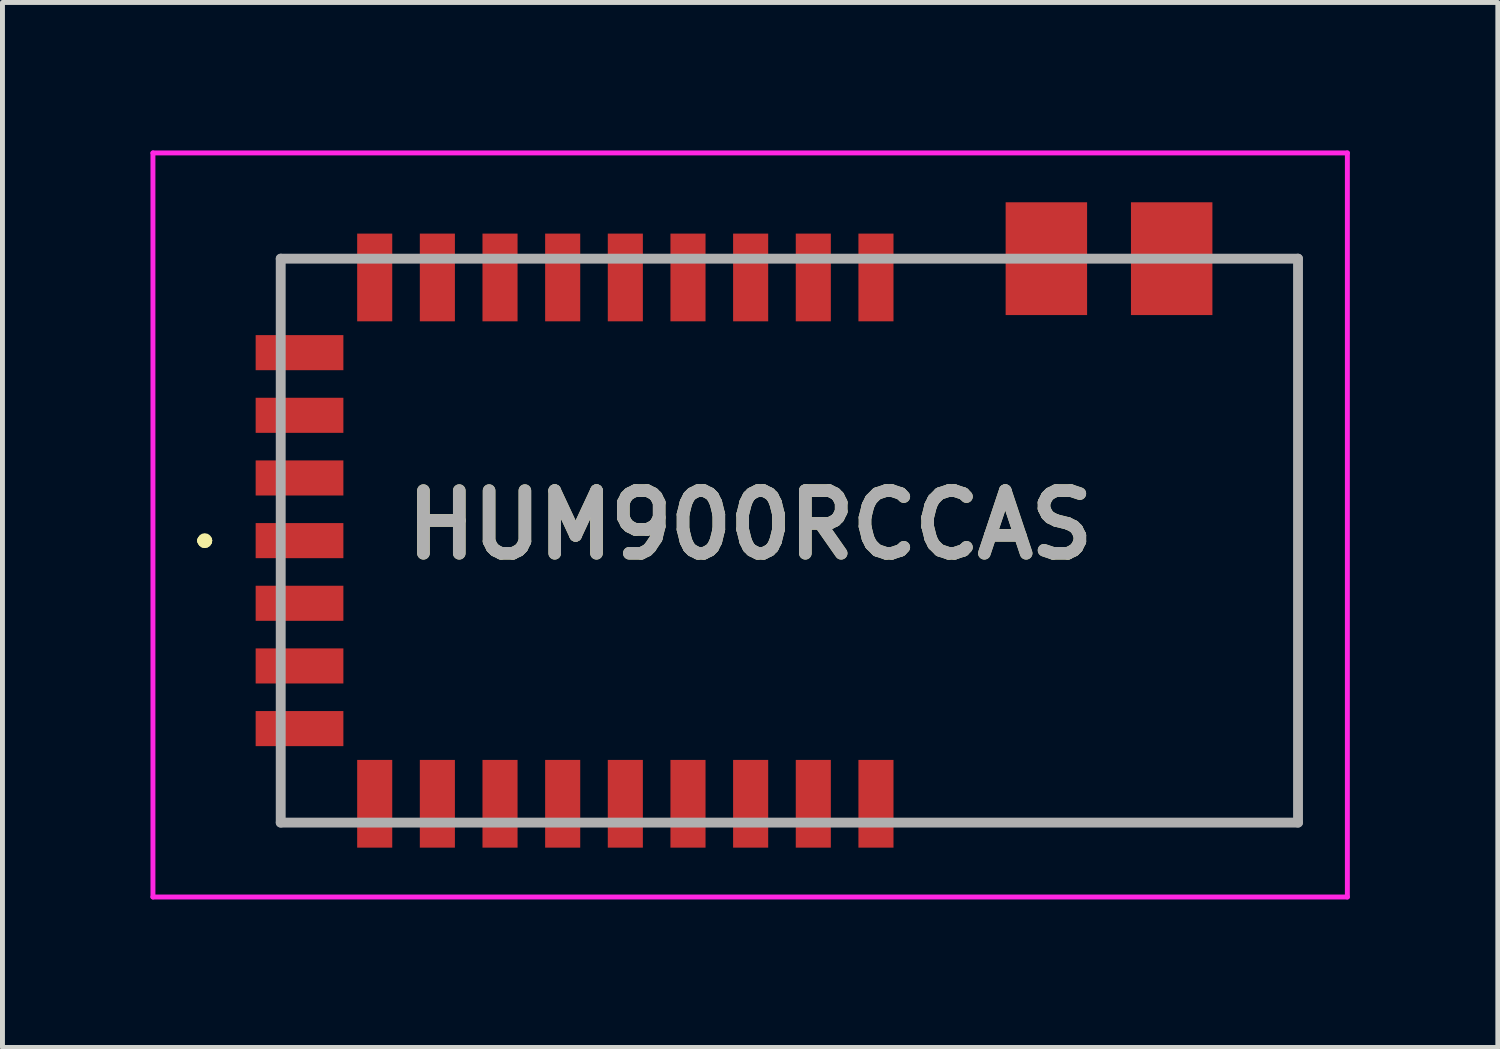
<source format=kicad_pcb>
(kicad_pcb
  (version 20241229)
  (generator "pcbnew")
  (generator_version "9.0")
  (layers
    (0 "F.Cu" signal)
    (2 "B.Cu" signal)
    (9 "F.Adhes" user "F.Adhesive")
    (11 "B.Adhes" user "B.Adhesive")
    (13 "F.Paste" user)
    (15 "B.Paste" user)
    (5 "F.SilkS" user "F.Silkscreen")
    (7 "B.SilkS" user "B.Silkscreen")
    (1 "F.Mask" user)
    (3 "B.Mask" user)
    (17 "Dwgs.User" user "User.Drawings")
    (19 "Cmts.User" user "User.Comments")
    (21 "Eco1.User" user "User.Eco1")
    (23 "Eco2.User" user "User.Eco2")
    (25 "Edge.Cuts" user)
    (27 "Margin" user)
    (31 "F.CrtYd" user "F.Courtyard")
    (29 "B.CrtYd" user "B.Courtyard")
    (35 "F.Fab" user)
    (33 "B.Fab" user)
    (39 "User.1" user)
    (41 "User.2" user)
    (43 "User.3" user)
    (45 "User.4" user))
  (footprint "HUM900RCCAS"
    (layer "F.Cu")
    (at 23.25 13.623)
    (property "Reference" "HUM900RCCAS" (at -11.095 -6.033 0) (layer "F.SilkS") (effects (font (size 1.27 1.27) (thickness 0.254))))
    (attr smd)
    (fp_line (start -22.2 -5.715) (end -22.2 -5.715) (stroke (width 0.2) (type solid)) (layer "F.SilkS"))
    (fp_line (start -22.2 -5.715) (end -22.2 -5.715) (stroke (width 0.2) (type solid)) (layer "F.SilkS"))
    (fp_line (start -22.1 -5.715) (end -22.1 -5.715) (stroke (width 0.2) (type solid)) (layer "F.SilkS"))
    (fp_line (start -20.61 -11.43) (end -20.61 -11.43) (stroke (width 0.1) (type solid)) (layer "F.SilkS"))
    (fp_line (start -20.61 -11.43) (end -19.65 -11.43) (stroke (width 0.1) (type solid)) (layer "F.SilkS"))
    (fp_line (start -20.61 -11.39) (end -20.61 -11.39) (stroke (width 0.1) (type solid)) (layer "F.SilkS"))
    (fp_line (start -20.61 -11.39) (end -20.61 -10.39) (stroke (width 0.1) (type solid)) (layer "F.SilkS"))
    (fp_line (start -20.61 -10.39) (end -20.61 -11.39) (stroke (width 0.1) (type solid)) (layer "F.SilkS"))
    (fp_line (start -20.61 -10.39) (end -20.61 -10.39) (stroke (width 0.1) (type solid)) (layer "F.SilkS"))
    (fp_line (start -20.61 -0.99) (end -20.61 -0.99) (stroke (width 0.1) (type solid)) (layer "F.SilkS"))
    (fp_line (start -20.61 -0.99) (end -20.61 0) (stroke (width 0.1) (type solid)) (layer "F.SilkS"))
    (fp_line (start -20.61 0) (end -20.61 -0.99) (stroke (width 0.1) (type solid)) (layer "F.SilkS"))
    (fp_line (start -20.61 0) (end -20.61 0) (stroke (width 0.1) (type solid)) (layer "F.SilkS"))
    (fp_line (start -20.61 0.01) (end -20.61 0.01) (stroke (width 0.1) (type solid)) (layer "F.SilkS"))
    (fp_line (start -20.61 0.01) (end -19.65 0.01) (stroke (width 0.1) (type solid)) (layer "F.SilkS"))
    (fp_line (start -19.65 -11.43) (end -20.61 -11.43) (stroke (width 0.1) (type solid)) (layer "F.SilkS"))
    (fp_line (start -19.65 -11.43) (end -19.65 -11.43) (stroke (width 0.1) (type solid)) (layer "F.SilkS"))
    (fp_line (start -19.65 0.01) (end -20.61 0.01) (stroke (width 0.1) (type solid)) (layer "F.SilkS"))
    (fp_line (start -19.65 0.01) (end -19.65 0.01) (stroke (width 0.1) (type solid)) (layer "F.SilkS"))
    (fp_line (start -7.65 -11.43) (end -7.65 -11.43) (stroke (width 0.1) (type solid)) (layer "F.SilkS"))
    (fp_line (start -7.65 -11.43) (end -6.45 -11.43) (stroke (width 0.1) (type solid)) (layer "F.SilkS"))
    (fp_line (start -7.65 0) (end -7.65 0.01) (stroke (width 0.1) (type solid)) (layer "F.SilkS"))
    (fp_line (start -7.65 0.01) (end 0.01 0.01) (stroke (width 0.1) (type solid)) (layer "F.SilkS"))
    (fp_line (start -6.45 -11.43) (end -7.65 -11.43) (stroke (width 0.1) (type solid)) (layer "F.SilkS"))
    (fp_line (start -6.45 -11.43) (end -6.45 -11.43) (stroke (width 0.1) (type solid)) (layer "F.SilkS"))
    (fp_line (start -1.25 -11.43) (end -1.25 -11.43) (stroke (width 0.1) (type solid)) (layer "F.SilkS"))
    (fp_line (start -1.25 -11.43) (end 0.01 -11.43) (stroke (width 0.1) (type solid)) (layer "F.SilkS"))
    (fp_line (start 0.01 -11.43) (end -1.25 -11.43) (stroke (width 0.1) (type solid)) (layer "F.SilkS"))
    (fp_line (start 0.01 -11.43) (end 0.01 -11.43) (stroke (width 0.1) (type solid)) (layer "F.SilkS"))
    (fp_line (start 0.01 -11.43) (end 0.01 -11.43) (stroke (width 0.1) (type solid)) (layer "F.SilkS"))
    (fp_line (start 0.01 -11.43) (end 0.01 0) (stroke (width 0.1) (type solid)) (layer "F.SilkS"))
    (fp_line (start 0.01 0) (end -7.65 0) (stroke (width 0.1) (type solid)) (layer "F.SilkS"))
    (fp_line (start 0.01 0) (end 0.01 -11.43) (stroke (width 0.1) (type solid)) (layer "F.SilkS"))
    (fp_line (start 0.01 0) (end 0.01 0) (stroke (width 0.1) (type solid)) (layer "F.SilkS"))
    (fp_line (start 0.01 0.01) (end 0.01 0) (stroke (width 0.1) (type solid)) (layer "F.SilkS"))
    (fp_arc (start -22.2 -5.715) (mid -22.15 -5.765) (end -22.1 -5.715) (stroke (width 0.2) (type solid)) (layer "F.SilkS"))
    (fp_arc (start -22.1 -5.715) (mid -22.15 -5.665) (end -22.2 -5.715) (stroke (width 0.2) (type solid)) (layer "F.SilkS"))
    (fp_arc (start -22.1 -5.715) (mid -22.15 -5.665) (end -22.2 -5.715) (stroke (width 0.2) (type solid)) (layer "F.SilkS"))
    (fp_line (start -23.2 -13.573) (end 1.01 -13.573) (stroke (width 0.1) (type solid)) (layer "F.CrtYd"))
    (fp_line (start -23.2 1.508) (end -23.2 -13.573) (stroke (width 0.1) (type solid)) (layer "F.CrtYd"))
    (fp_line (start 1.01 -13.573) (end 1.01 1.508) (stroke (width 0.1) (type solid)) (layer "F.CrtYd"))
    (fp_line (start 1.01 1.508) (end -23.2 1.508) (stroke (width 0.1) (type solid)) (layer "F.CrtYd"))
    (fp_line (start -20.61 -11.43) (end -20.61 0) (stroke (width 0.2) (type solid)) (layer "F.Fab"))
    (fp_line (start -20.61 0) (end 0.01 0) (stroke (width 0.2) (type solid)) (layer "F.Fab"))
    (fp_line (start 0.01 -11.43) (end -20.61 -11.43) (stroke (width 0.2) (type solid)) (layer "F.Fab"))
    (fp_line (start 0.01 0) (end 0.01 -11.43) (stroke (width 0.2) (type solid)) (layer "F.Fab"))
    (fp_text user "${REFERENCE}" (at -11.095 -6.033 0) (layer "F.Fab") (effects (font (size 1.27 1.27) (thickness 0.254))))
    (pad "1" smd rect (at -20.229 -5.715 90) (size 0.711 1.778) (layers "F.Cu" "F.Mask" "F.Paste"))
    (pad "2" smd rect (at -20.229 -4.445 90) (size 0.711 1.778) (layers "F.Cu" "F.Mask" "F.Paste"))
    (pad "3" smd rect (at -20.229 -3.175 90) (size 0.711 1.778) (layers "F.Cu" "F.Mask" "F.Paste"))
    (pad "4" smd rect (at -20.229 -1.905 90) (size 0.711 1.778) (layers "F.Cu" "F.Mask" "F.Paste"))
    (pad "5" smd rect (at -18.705 -0.381) (size 0.711 1.778) (layers "F.Cu" "F.Mask" "F.Paste"))
    (pad "6" smd rect (at -17.435 -0.381) (size 0.711 1.778) (layers "F.Cu" "F.Mask" "F.Paste"))
    (pad "7" smd rect (at -16.165 -0.381) (size 0.711 1.778) (layers "F.Cu" "F.Mask" "F.Paste"))
    (pad "8" smd rect (at -14.895 -0.381) (size 0.711 1.778) (layers "F.Cu" "F.Mask" "F.Paste"))
    (pad "9" smd rect (at -13.625 -0.381) (size 0.711 1.778) (layers "F.Cu" "F.Mask" "F.Paste"))
    (pad "10" smd rect (at -12.355 -0.381) (size 0.711 1.778) (layers "F.Cu" "F.Mask" "F.Paste"))
    (pad "11" smd rect (at -11.085 -0.381) (size 0.711 1.778) (layers "F.Cu" "F.Mask" "F.Paste"))
    (pad "12" smd rect (at -9.815 -0.381) (size 0.711 1.778) (layers "F.Cu" "F.Mask" "F.Paste"))
    (pad "13" smd rect (at -8.545 -0.381) (size 0.711 1.778) (layers "F.Cu" "F.Mask" "F.Paste"))
    (pad "18" smd rect (at -2.551 -11.43) (size 1.651 2.286) (layers "F.Cu" "F.Mask" "F.Paste"))
    (pad "19" smd rect (at -5.091 -11.43) (size 1.651 2.286) (layers "F.Cu" "F.Mask" "F.Paste"))
    (pad "21" smd rect (at -8.545 -11.049) (size 0.711 1.778) (layers "F.Cu" "F.Mask" "F.Paste"))
    (pad "22" smd rect (at -9.815 -11.049) (size 0.711 1.778) (layers "F.Cu" "F.Mask" "F.Paste"))
    (pad "23" smd rect (at -11.085 -11.049) (size 0.711 1.778) (layers "F.Cu" "F.Mask" "F.Paste"))
    (pad "24" smd rect (at -12.355 -11.049) (size 0.711 1.778) (layers "F.Cu" "F.Mask" "F.Paste"))
    (pad "25" smd rect (at -13.625 -11.049) (size 0.711 1.778) (layers "F.Cu" "F.Mask" "F.Paste"))
    (pad "26" smd rect (at -14.895 -11.049) (size 0.711 1.778) (layers "F.Cu" "F.Mask" "F.Paste"))
    (pad "27" smd rect (at -16.165 -11.049) (size 0.711 1.778) (layers "F.Cu" "F.Mask" "F.Paste"))
    (pad "28" smd rect (at -17.435 -11.049) (size 0.711 1.778) (layers "F.Cu" "F.Mask" "F.Paste"))
    (pad "29" smd rect (at -18.705 -11.049) (size 0.711 1.778) (layers "F.Cu" "F.Mask" "F.Paste"))
    (pad "30" smd rect (at -20.229 -9.525 90) (size 0.711 1.778) (layers "F.Cu" "F.Mask" "F.Paste"))
    (pad "31" smd rect (at -20.229 -8.255 90) (size 0.711 1.778) (layers "F.Cu" "F.Mask" "F.Paste"))
    (pad "32" smd rect (at -20.229 -6.985 90) (size 0.711 1.778) (layers "F.Cu" "F.Mask" "F.Paste")))
  (gr_rect
    (start -3 -3)
    (end 27.31 18.181)
    (stroke (width 0.1) (type default))
    (fill no)
    (layer "Edge.Cuts")))
</source>
